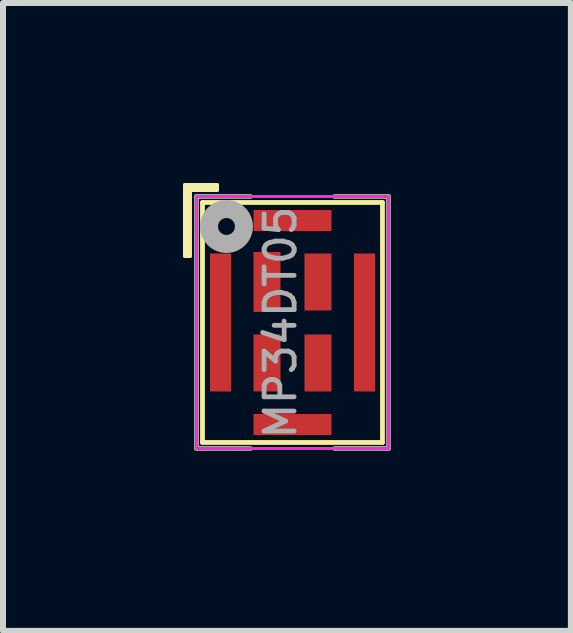
<source format=kicad_pcb>
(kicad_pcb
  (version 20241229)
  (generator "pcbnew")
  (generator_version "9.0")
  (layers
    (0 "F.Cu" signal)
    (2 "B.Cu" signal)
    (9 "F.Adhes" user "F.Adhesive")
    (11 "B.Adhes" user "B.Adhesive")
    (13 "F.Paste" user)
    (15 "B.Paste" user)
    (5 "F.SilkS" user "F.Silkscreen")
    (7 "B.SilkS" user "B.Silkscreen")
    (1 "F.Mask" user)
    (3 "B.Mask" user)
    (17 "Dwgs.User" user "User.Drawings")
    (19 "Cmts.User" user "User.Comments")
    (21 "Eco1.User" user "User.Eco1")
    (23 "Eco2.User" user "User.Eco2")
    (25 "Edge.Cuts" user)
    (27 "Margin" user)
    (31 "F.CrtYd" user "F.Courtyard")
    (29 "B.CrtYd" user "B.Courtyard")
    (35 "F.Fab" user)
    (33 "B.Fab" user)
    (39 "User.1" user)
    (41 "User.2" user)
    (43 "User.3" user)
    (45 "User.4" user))
  (footprint "MP34DT05"
    (layer "F.Cu")
    (at 1.825 2.325)
    (property "Reference" "MP34DT05" (at -0.2 0 90) (layer "F.Fab") (effects (font (size 0.5 0.5) (thickness 0.08))))
    (attr through_hole)
    (fp_line (start -1.5 -2) (end -1.5 2) (stroke (width 0.08) (type solid)) (layer "F.SilkS"))
    (fp_line (start 1.5 -2) (end -1.5 -2) (stroke (width 0.08) (type solid)) (layer "F.SilkS"))
    (fp_line (start 1.5 2) (end -1.5 2) (stroke (width 0.08) (type solid)) (layer "F.SilkS"))
    (fp_line (start 1.5 2) (end 1.5 -2) (stroke (width 0.08) (type solid)) (layer "F.SilkS"))
    (fp_poly (pts (xy -1.7 -1.1) (xy -1.7 -2.2) (xy -1.25 -2.2) (xy -1.25 -2.3) (xy -1.8 -2.3) (xy -1.8 -1.1)) (stroke (width 0.05) (type solid)) (fill yes) (layer "F.SilkS"))
    (fp_line (start -1.6 -2.1) (end 1.6 -2.1) (stroke (width 0.05) (type solid)) (layer "F.CrtYd"))
    (fp_line (start -1.6 2.1) (end -1.6 -2.1) (stroke (width 0.05) (type solid)) (layer "F.CrtYd"))
    (fp_line (start 1.6 -2.1) (end 1.6 2.1) (stroke (width 0.05) (type solid)) (layer "F.CrtYd"))
    (fp_line (start 1.6 2.1) (end -1.6 2.1) (stroke (width 0.05) (type solid)) (layer "F.CrtYd"))
    (fp_line (start -1.6 -2.1) (end -1.6 2.1) (stroke (width 0.08) (type solid)) (layer "F.Fab"))
    (fp_line (start -1.6 2.1) (end -0.7 2.1) (stroke (width 0.08) (type solid)) (layer "F.Fab"))
    (fp_line (start -0.7 -2.1) (end -1.6 -2.1) (stroke (width 0.08) (type solid)) (layer "F.Fab"))
    (fp_line (start 0.7 2.1) (end 1.6 2.1) (stroke (width 0.08) (type solid)) (layer "F.Fab"))
    (fp_line (start 1.6 -2.1) (end 0.7 -2.1) (stroke (width 0.08) (type solid)) (layer "F.Fab"))
    (fp_line (start 1.6 2.1) (end 1.6 -2.1) (stroke (width 0.08) (type solid)) (layer "F.Fab"))
    (fp_circle (center -1.1 -1.6) (end -0.959 -1.6) (stroke (width 0.3) (type solid)) (fill no) (layer "F.Fab"))
    (pad "1" smd rect (at -0.425 -0.675) (size 0.45 1) (layers "F.Cu" "F.Mask" "F.Paste"))
    (pad "2" smd rect (at -0.425 0.675) (size 0.45 0.95) (layers "F.Cu" "F.Mask" "F.Paste"))
    (pad "3" smd rect (at 0.425 0.675) (size 0.45 0.95) (layers "F.Cu" "F.Mask" "F.Paste"))
    (pad "4" smd rect (at 0.425 -0.675) (size 0.45 0.95) (layers "F.Cu" "F.Mask" "F.Paste"))
    (pad "5" smd rect (at -1.2 0) (size 0.35 2.3) (layers "F.Cu" "F.Mask" "F.Paste"))
    (pad "5" smd rect (at 0 -1.7) (size 1.3 0.35) (layers "F.Cu" "F.Mask" "F.Paste"))
    (pad "5" smd rect (at 0 1.7) (size 1.3 0.35) (layers "F.Cu" "F.Mask" "F.Paste"))
    (pad "5" smd rect (at 1.2 0) (size 0.35 2.3) (layers "F.Cu" "F.Mask" "F.Paste")))
  (gr_rect
    (start -3 -3)
    (end 6.465 7.465)
    (stroke (width 0.1) (type default))
    (fill no)
    (layer "Edge.Cuts")))
</source>
